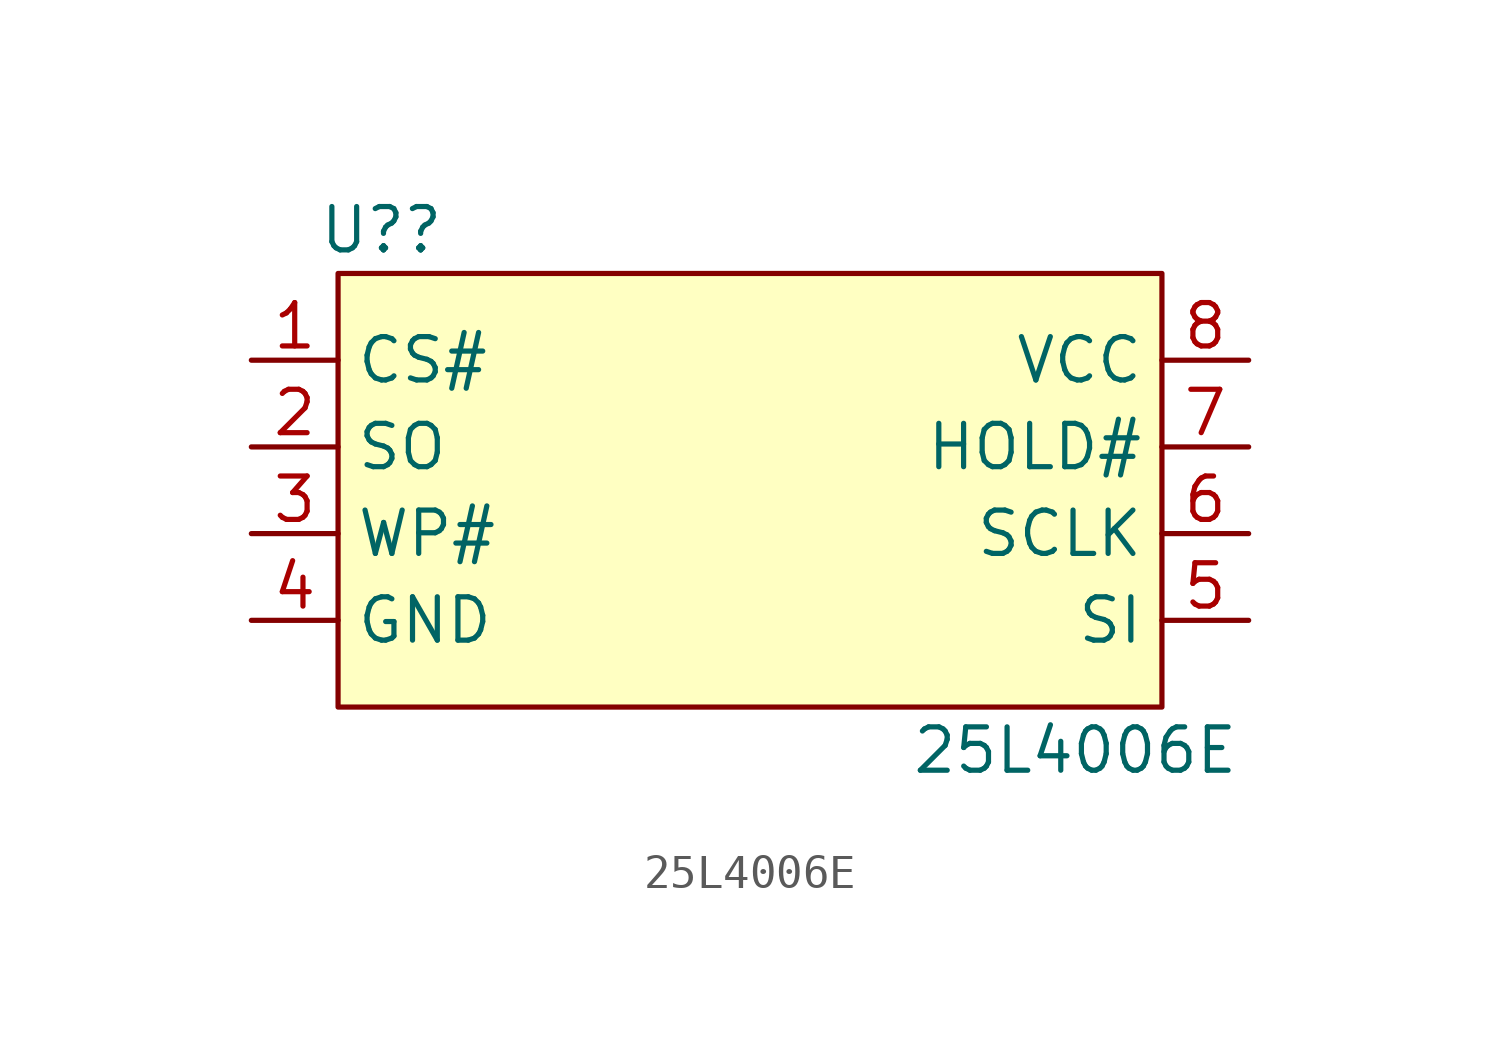
<source format=kicad_sym>
(kicad_symbol_lib
  (version 20211014)
  (generator kicad_symbol_editor)
  (symbol "25L4006E"
    (property "Reference" "U?"
      (at -11.43 7.62 0)
      (effects (font (size 1.27 1.27))))
    (property "Value" "25L4006E"
      (at 8.89 -7.62 0)
      (effects (font (size 1.27 1.27))))
    (symbol "25L4006E_0_1"
      (rectangle (start -12.7 6.35) (end 11.43 -6.35) (stroke (width 0) (type default) (color 0 0 0 0)) (fill (type background))))
    (symbol "25L4006E_1_1"
      (pin bidirectional line (at -15.24 3.81 0) (length 2.54) (name "CS#" (effects (font (size 1.27 1.27)))) (number "1" (effects (font (size 1.27 1.27)))))
      (pin bidirectional line (at -15.24 1.27 0) (length 2.54) (name "SO" (effects (font (size 1.27 1.27)))) (number "2" (effects (font (size 1.27 1.27)))))
      (pin bidirectional line (at -15.24 -1.27 0) (length 2.54) (name "WP#" (effects (font (size 1.27 1.27)))) (number "3" (effects (font (size 1.27 1.27)))))
      (pin power_in line (at -15.24 -3.81 0) (length 2.54) (name "GND" (effects (font (size 1.27 1.27)))) (number "4" (effects (font (size 1.27 1.27)))))
      (pin bidirectional line (at 13.97 -3.81 180) (length 2.54) (name "SI" (effects (font (size 1.27 1.27)))) (number "5" (effects (font (size 1.27 1.27)))))
      (pin bidirectional line (at 13.97 -1.27 180) (length 2.54) (name "SCLK" (effects (font (size 1.27 1.27)))) (number "6" (effects (font (size 1.27 1.27)))))
      (pin bidirectional line (at 13.97 1.27 180) (length 2.54) (name "HOLD#" (effects (font (size 1.27 1.27)))) (number "7" (effects (font (size 1.27 1.27)))))
      (pin power_in line (at 13.97 3.81 180) (length 2.54) (name "VCC" (effects (font (size 1.27 1.27)))) (number "8" (effects (font (size 1.27 1.27))))))))
</source>
